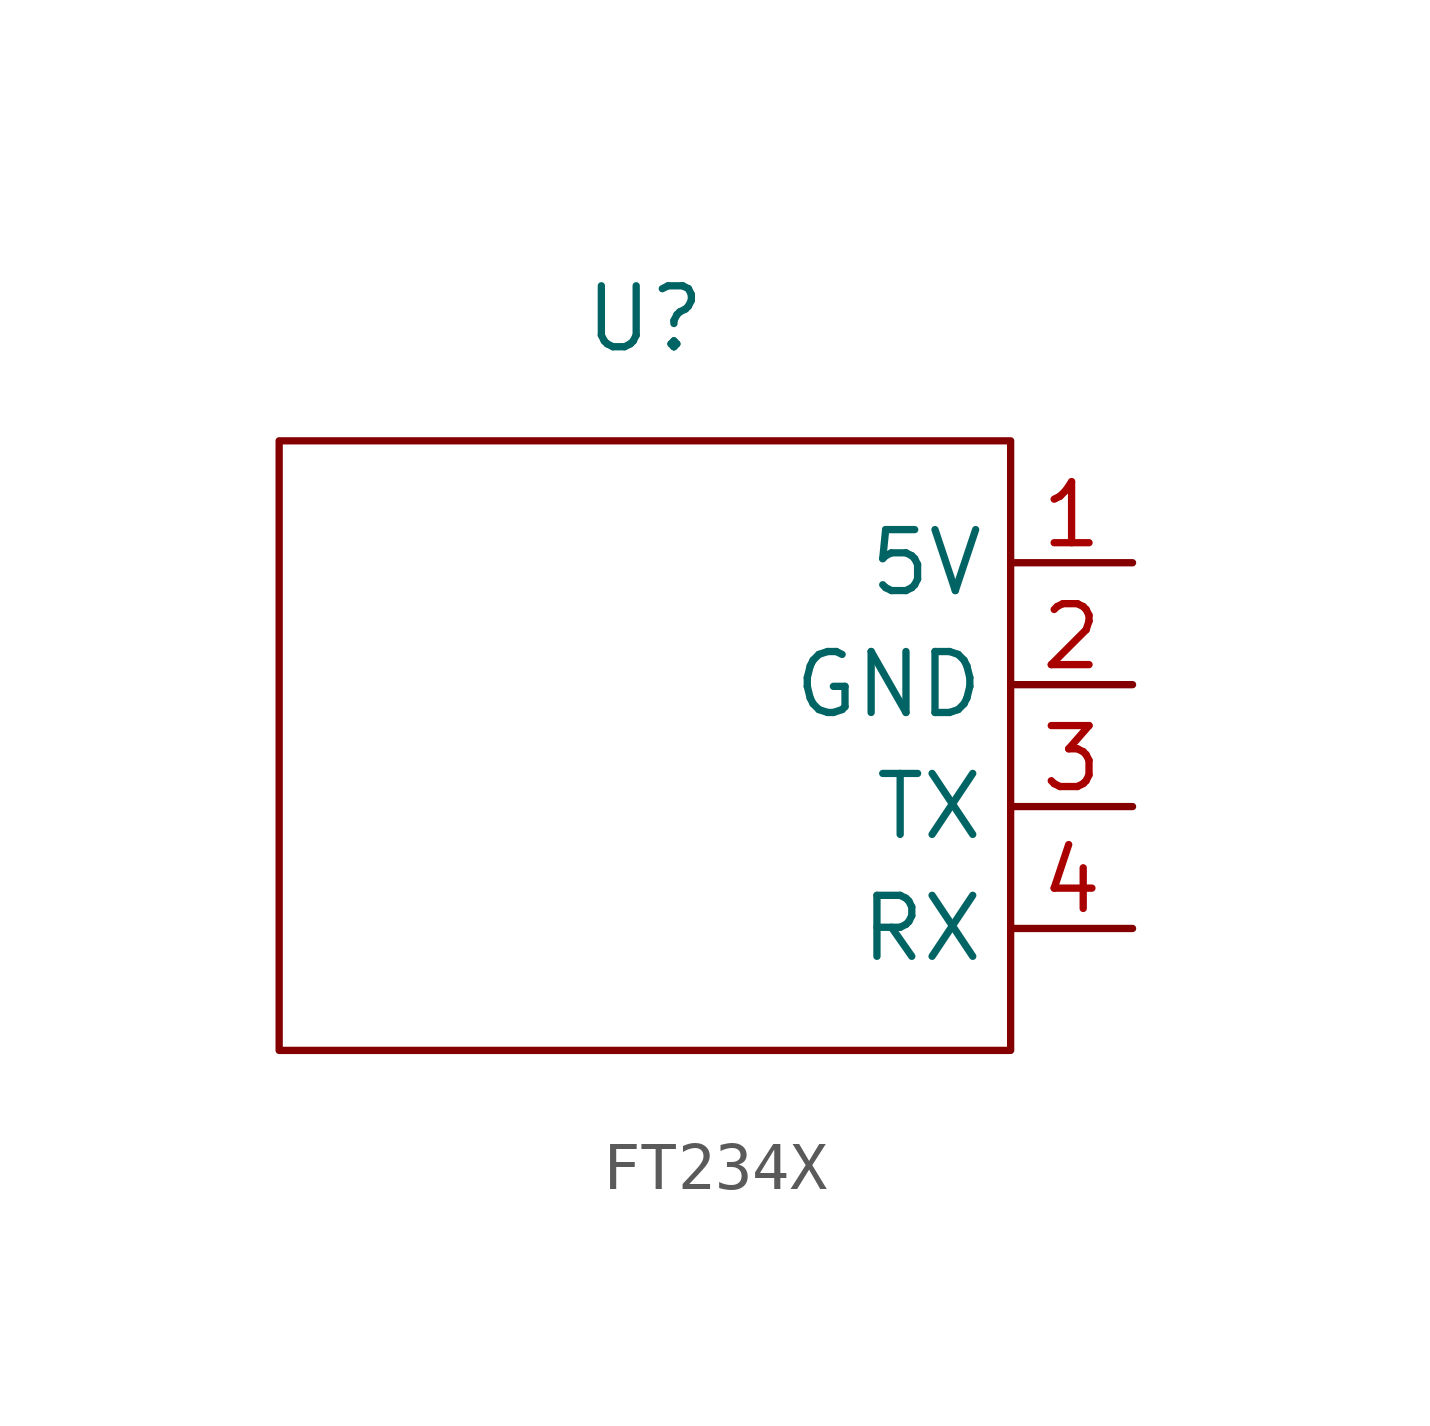
<source format=kicad_sym>
(kicad_symbol_lib
  (version 20231120)
  (generator "kicad_symbol_editor")
  (generator_version "8.0")
  (symbol "FT234X"
    (property "Reference" "U"
      (at 0 2.54 0)
      (effects (font (size 1.27 1.27))))
    (property "Value" ""
      (at 0 2.54 0)
      (effects (font (size 1.27 1.27))))
    (symbol "FT234X_0_1"
      (rectangle (start -7.62 0) (end 7.62 -12.7) (stroke (width 0) (type default)) (fill (type none))))
    (symbol "FT234X_1_1"
      (pin power_out line (at 10.16 -2.54 180) (length 2.54) (name "5V" (effects (font (size 1.27 1.27)))) (number "1" (effects (font (size 1.27 1.27)))))
      (pin power_in line (at 10.16 -5.08 180) (length 2.54) (name "GND" (effects (font (size 1.27 1.27)))) (number "2" (effects (font (size 1.27 1.27)))))
      (pin output line (at 10.16 -7.62 180) (length 2.54) (name "TX" (effects (font (size 1.27 1.27)))) (number "3" (effects (font (size 1.27 1.27)))))
      (pin input line (at 10.16 -10.16 180) (length 2.54) (name "RX" (effects (font (size 1.27 1.27)))) (number "4" (effects (font (size 1.27 1.27))))))))
</source>
